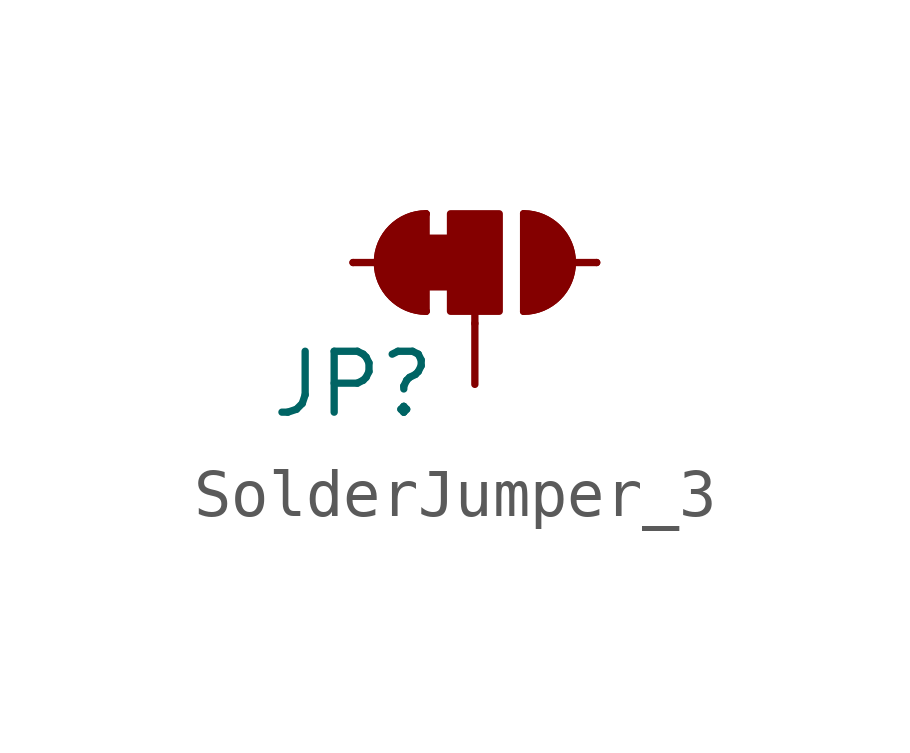
<source format=kicad_sym>
(kicad_symbol_lib
  (version 20220914)
  (generator kicad_symbol_editor)
  (symbol "SolderJumper_3"
    (pin_numbers hide)
    (pin_names
      (offset 0) hide)
    (property "Reference" "JP"
      (at -2.54 -2.54 0)
      (effects (font (size 1.27 1.27))))
    (symbol "SolderJumper_3_0_1"
      (rectangle (start -1.016 0.508) (end -0.508 -0.508) (stroke (width 0) (type default)) (fill (type outline)))
      (arc (start -1.016 1.016) (mid -2.0276 0) (end -1.016 -1.016) (stroke (width 0) (type default)) (fill (type none)))
      (arc (start -1.016 1.016) (mid -2.0276 0) (end -1.016 -1.016) (stroke (width 0) (type default)) (fill (type outline)))
      (rectangle (start -0.508 1.016) (end 0.508 -1.016) (stroke (width 0) (type default)) (fill (type outline)))
      (polyline (pts (xy -2.54 0) (xy -2.032 0)) (stroke (width 0) (type default)) (fill (type none)))
      (polyline (pts (xy -1.016 1.016) (xy -1.016 -1.016)) (stroke (width 0) (type default)) (fill (type none)))
      (polyline (pts (xy 0 -1.27) (xy 0 -1.016)) (stroke (width 0) (type default)) (fill (type none)))
      (polyline (pts (xy 1.016 1.016) (xy 1.016 -1.016)) (stroke (width 0) (type default)) (fill (type none)))
      (polyline (pts (xy 2.54 0) (xy 2.032 0)) (stroke (width 0) (type default)) (fill (type none)))
      (arc (start 1.016 -1.016) (mid 2.0276 0) (end 1.016 1.016) (stroke (width 0) (type default)) (fill (type none)))
      (arc (start 1.016 -1.016) (mid 2.0276 0) (end 1.016 1.016) (stroke (width 0) (type default)) (fill (type outline))))
    (symbol "SolderJumper_3_1_1"
      (pin passive line (at -2.54 0 0) (length 0) (name "A" (effects (font (size 1.27 1.27)))) (number "1" (effects (font (size 1.27 1.27)))))
      (pin passive line (at 0 -2.54 90) (length 1.27) (name "C" (effects (font (size 1.27 1.27)))) (number "2" (effects (font (size 1.27 1.27)))))
      (pin passive line (at 2.54 0 180) (length 0) (name "B" (effects (font (size 1.27 1.27)))) (number "3" (effects (font (size 1.27 1.27))))))))
</source>
